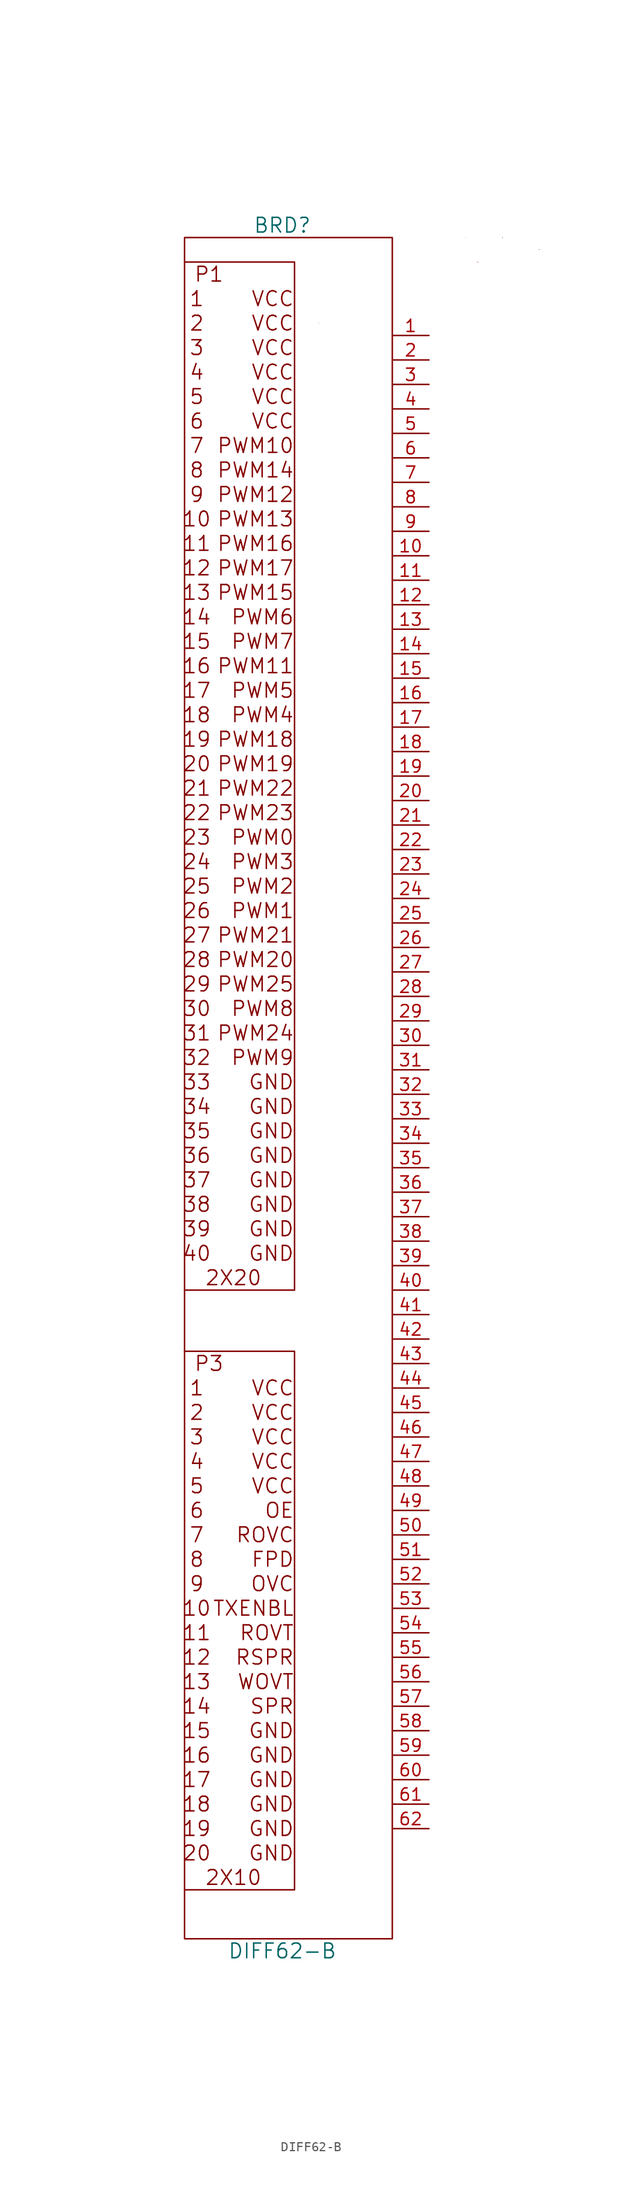
<source format=kicad_sym>
(kicad_symbol_lib
  (version 20220914)
  (generator kicad_symbol_editor)
  (symbol "DIFF62-B"
    (pin_names
      (offset 1.016))
    (property "Reference" "BRD"
      (at -3.81 83.82 0)
      (effects (font (size 1.524 1.524))))
    (property "Value" "DIFF62-B"
      (at -3.81 -95.25 0)
      (effects (font (size 1.524 1.524))))
    (property "Footprint" ""
      (at -24.13 69.85 0)
      (effects (font (size 1.524 1.524))))
    (property "Datasheet" ""
      (at -24.13 69.85 0)
      (effects (font (size 1.524 1.524))))
    (symbol "DIFF62-B_0_0"
      (polyline (pts (xy -13.97 -33.02) (xy -2.54 -33.02) (xy -2.54 -85.09) (xy -2.54 -88.9) (xy -13.97 -88.9)) (stroke (width 0) (type default)) (fill (type none)))
      (text "+V" (at 15.24 82.55 0) (effects (font (size 0 0))))
      (text "1" (at -12.7 -36.83 0) (effects (font (size 1.524 1.524))))
      (text "1" (at -12.7 76.2 0) (effects (font (size 1.524 1.524))))
      (text "10" (at -12.7 -59.69 0) (effects (font (size 1.524 1.524))))
      (text "10" (at -12.7 53.34 0) (effects (font (size 1.524 1.524))))
      (text "11" (at -12.7 -62.23 0) (effects (font (size 1.524 1.524))))
      (text "11" (at -12.7 50.8 0) (effects (font (size 1.524 1.524))))
      (text "12" (at -12.7 -64.77 0) (effects (font (size 1.524 1.524))))
      (text "12" (at -12.7 48.26 0) (effects (font (size 1.524 1.524))))
      (text "13" (at -12.7 -67.31 0) (effects (font (size 1.524 1.524))))
      (text "13" (at -12.7 45.72 0) (effects (font (size 1.524 1.524))))
      (text "14" (at -12.7 -69.85 0) (effects (font (size 1.524 1.524))))
      (text "14" (at -12.7 43.18 0) (effects (font (size 1.524 1.524))))
      (text "15" (at -12.7 -72.39 0) (effects (font (size 1.524 1.524))))
      (text "15" (at -12.7 40.64 0) (effects (font (size 1.524 1.524))))
      (text "16" (at -12.7 -74.93 0) (effects (font (size 1.524 1.524))))
      (text "16" (at -12.7 38.1 0) (effects (font (size 1.524 1.524))))
      (text "17" (at -12.7 -77.47 0) (effects (font (size 1.524 1.524))))
      (text "17" (at -12.7 35.56 0) (effects (font (size 1.524 1.524))))
      (text "18" (at -12.7 -80.01 0) (effects (font (size 1.524 1.524))))
      (text "18" (at -12.7 33.02 0) (effects (font (size 1.524 1.524))))
      (text "19" (at -12.7 -82.55 0) (effects (font (size 1.524 1.524))))
      (text "19" (at -12.7 30.48 0) (effects (font (size 1.524 1.524))))
      (text "2" (at -12.7 -39.37 0) (effects (font (size 1.524 1.524))))
      (text "2" (at -12.7 73.66 0) (effects (font (size 1.524 1.524))))
      (text "20" (at -12.7 -85.09 0) (effects (font (size 1.524 1.524))))
      (text "20" (at -12.7 27.94 0) (effects (font (size 1.524 1.524))))
      (text "21" (at -12.7 25.4 0) (effects (font (size 1.524 1.524))))
      (text "22" (at -12.7 22.86 0) (effects (font (size 1.524 1.524))))
      (text "23" (at -12.7 20.32 0) (effects (font (size 1.524 1.524))))
      (text "24" (at -12.7 17.78 0) (effects (font (size 1.524 1.524))))
      (text "25" (at -12.7 15.24 0) (effects (font (size 1.524 1.524))))
      (text "26" (at -12.7 12.7 0) (effects (font (size 1.524 1.524))))
      (text "27" (at -12.7 10.16 0) (effects (font (size 1.524 1.524))))
      (text "28" (at -12.7 7.62 0) (effects (font (size 1.524 1.524))))
      (text "29" (at -12.7 5.08 0) (effects (font (size 1.524 1.524))))
      (text "2X10" (at -8.89 -87.63 0) (effects (font (size 1.524 1.524))))
      (text "2X20" (at -8.89 -25.4 0) (effects (font (size 1.524 1.524))))
      (text "3" (at -12.7 -41.91 0) (effects (font (size 1.524 1.524))))
      (text "3" (at -12.7 71.12 0) (effects (font (size 1.524 1.524))))
      (text "30" (at -12.7 2.54 0) (effects (font (size 1.524 1.524))))
      (text "31" (at -12.7 0 0) (effects (font (size 1.524 1.524))))
      (text "32" (at -12.7 -2.54 0) (effects (font (size 1.524 1.524))))
      (text "33" (at -12.7 -5.08 0) (effects (font (size 1.524 1.524))))
      (text "34" (at -12.7 -7.62 0) (effects (font (size 1.524 1.524))))
      (text "35" (at -12.7 -10.16 0) (effects (font (size 1.524 1.524))))
      (text "36" (at -12.7 -12.7 0) (effects (font (size 1.524 1.524))))
      (text "37" (at -12.7 -15.24 0) (effects (font (size 1.524 1.524))))
      (text "38" (at -12.7 -17.78 0) (effects (font (size 1.524 1.524))))
      (text "39" (at -12.7 -20.32 0) (effects (font (size 1.524 1.524))))
      (text "4" (at -12.7 -44.45 0) (effects (font (size 1.524 1.524))))
      (text "4" (at -12.7 68.58 0) (effects (font (size 1.524 1.524))))
      (text "40" (at -12.7 -22.86 0) (effects (font (size 1.524 1.524))))
      (text "5" (at -12.7 -46.99 0) (effects (font (size 1.524 1.524))))
      (text "5" (at -12.7 66.04 0) (effects (font (size 1.524 1.524))))
      (text "6" (at -12.7 -49.53 0) (effects (font (size 1.524 1.524))))
      (text "6" (at -12.7 63.5 0) (effects (font (size 1.524 1.524))))
      (text "7" (at -12.7 -52.07 0) (effects (font (size 1.524 1.524))))
      (text "7" (at -12.7 60.96 0) (effects (font (size 1.524 1.524))))
      (text "8" (at -12.7 -54.61 0) (effects (font (size 1.524 1.524))))
      (text "8" (at -12.7 58.42 0) (effects (font (size 1.524 1.524))))
      (text "9" (at -12.7 -57.15 0) (effects (font (size 1.524 1.524))))
      (text "9" (at -12.7 55.88 0) (effects (font (size 1.524 1.524))))
      (text "[null]" (at -6.35 -85.09 0) (effects (font (size 0 0)) (justify right)))
      (text "[null]" (at -6.35 -82.55 0) (effects (font (size 0 0)) (justify right)))
      (text "[null]" (at -6.35 -80.01 0) (effects (font (size 0 0)) (justify right)))
      (text "[null]" (at -6.35 -77.47 0) (effects (font (size 0 0)) (justify right)))
      (text "[null]" (at -6.35 -74.93 0) (effects (font (size 0 0)) (justify right)))
      (text "[null]" (at -6.35 -72.39 0) (effects (font (size 0 0)) (justify right)))
      (text "[null]" (at -6.35 -36.83 0) (effects (font (size 0 0)) (justify right)))
      (text "[null]" (at -6.35 -22.86 0) (effects (font (size 0 0)) (justify right)))
      (text "[null]" (at -6.35 -20.32 0) (effects (font (size 0 0)) (justify right)))
      (text "[null]" (at -6.35 -17.78 0) (effects (font (size 0 0)) (justify right)))
      (text "[null]" (at -6.35 -15.24 0) (effects (font (size 0 0)) (justify right)))
      (text "[null]" (at -6.35 -12.7 0) (effects (font (size 0 0)) (justify right)))
      (text "[null]" (at -6.35 -10.16 0) (effects (font (size 0 0)) (justify right)))
      (text "[null]" (at -6.35 -7.62 0) (effects (font (size 0 0)) (justify right)))
      (text "[null]" (at -6.35 -5.08 0) (effects (font (size 0 0)) (justify right)))
      (text "[null]" (at -6.35 76.2 0) (effects (font (size 0 0)) (justify right)))
      (text "DDD" (at 22.86 81.28 0) (effects (font (size 0 0))))
      (text "FF" (at -2.54 -39.37 0) (effects (font (size 0 0))))
      (text "FF" (at 0 73.66 0) (effects (font (size 0 0))))
      (text "FPD" (at -2.54 -54.61 0) (effects (font (size 1.524 1.524)) (justify right)))
      (text "GND" (at -2.54 -85.09 0) (effects (font (size 1.524 1.524)) (justify right)))
      (text "GND" (at -2.54 -82.55 0) (effects (font (size 1.524 1.524)) (justify right)))
      (text "GND" (at -2.54 -80.01 0) (effects (font (size 1.524 1.524)) (justify right)))
      (text "GND" (at -2.54 -77.47 0) (effects (font (size 1.524 1.524)) (justify right)))
      (text "GND" (at -2.54 -74.93 0) (effects (font (size 1.524 1.524)) (justify right)))
      (text "GND" (at -2.54 -72.39 0) (effects (font (size 1.524 1.524)) (justify right)))
      (text "GND" (at -2.54 -22.86 0) (effects (font (size 1.524 1.524)) (justify right)))
      (text "GND" (at -2.54 -20.32 0) (effects (font (size 1.524 1.524)) (justify right)))
      (text "GND" (at -2.54 -17.78 0) (effects (font (size 1.524 1.524)) (justify right)))
      (text "GND" (at -2.54 -15.24 0) (effects (font (size 1.524 1.524)) (justify right)))
      (text "GND" (at -2.54 -12.7 0) (effects (font (size 1.524 1.524)) (justify right)))
      (text "GND" (at -2.54 -10.16 0) (effects (font (size 1.524 1.524)) (justify right)))
      (text "GND" (at -2.54 -7.62 0) (effects (font (size 1.524 1.524)) (justify right)))
      (text "GND" (at -2.54 -5.08 0) (effects (font (size 1.524 1.524)) (justify right)))
      (text "OE" (at -2.54 -49.53 0) (effects (font (size 1.524 1.524)) (justify right)))
      (text "OVC" (at -2.54 -57.15 0) (effects (font (size 1.524 1.524)) (justify right)))
      (text "P1" (at -11.43 78.74 0) (effects (font (size 1.524 1.524))))
      (text "P3" (at -11.43 -34.29 0) (effects (font (size 1.524 1.524))))
      (text "PWM0" (at -2.54 20.32 0) (effects (font (size 1.524 1.524)) (justify right)))
      (text "PWM1" (at -2.54 12.7 0) (effects (font (size 1.524 1.524)) (justify right)))
      (text "PWM10" (at -2.54 60.96 0) (effects (font (size 1.524 1.524)) (justify right)))
      (text "PWM11" (at -2.54 38.1 0) (effects (font (size 1.524 1.524)) (justify right)))
      (text "PWM12" (at -2.54 55.88 0) (effects (font (size 1.524 1.524)) (justify right)))
      (text "PWM13" (at -2.54 53.34 0) (effects (font (size 1.524 1.524)) (justify right)))
      (text "PWM14" (at -2.54 58.42 0) (effects (font (size 1.524 1.524)) (justify right)))
      (text "PWM15" (at -2.54 45.72 0) (effects (font (size 1.524 1.524)) (justify right)))
      (text "PWM16" (at -2.54 50.8 0) (effects (font (size 1.524 1.524)) (justify right)))
      (text "PWM17" (at -2.54 48.26 0) (effects (font (size 1.524 1.524)) (justify right)))
      (text "PWM18" (at -2.54 30.48 0) (effects (font (size 1.524 1.524)) (justify right)))
      (text "PWM19" (at -2.54 27.94 0) (effects (font (size 1.524 1.524)) (justify right)))
      (text "PWM2" (at -2.54 15.24 0) (effects (font (size 1.524 1.524)) (justify right)))
      (text "PWM20" (at -2.54 7.62 0) (effects (font (size 1.524 1.524)) (justify right)))
      (text "PWM21" (at -2.54 10.16 0) (effects (font (size 1.524 1.524)) (justify right)))
      (text "PWM22" (at -2.54 25.4 0) (effects (font (size 1.524 1.524)) (justify right)))
      (text "PWM23" (at -2.54 22.86 0) (effects (font (size 1.524 1.524)) (justify right)))
      (text "PWM24" (at -2.54 0 0) (effects (font (size 1.524 1.524)) (justify right)))
      (text "PWM25" (at -2.54 5.08 0) (effects (font (size 1.524 1.524)) (justify right)))
      (text "PWM3" (at -2.54 17.78 0) (effects (font (size 1.524 1.524)) (justify right)))
      (text "PWM4" (at -2.54 33.02 0) (effects (font (size 1.524 1.524)) (justify right)))
      (text "PWM5" (at -2.54 35.56 0) (effects (font (size 1.524 1.524)) (justify right)))
      (text "PWM6" (at -2.54 43.18 0) (effects (font (size 1.524 1.524)) (justify right)))
      (text "PWM7" (at -2.54 40.64 0) (effects (font (size 1.524 1.524)) (justify right)))
      (text "PWM8" (at -2.54 2.54 0) (effects (font (size 1.524 1.524)) (justify right)))
      (text "PWM9" (at -2.54 -2.54 0) (effects (font (size 1.524 1.524)) (justify right)))
      (text "ROVC" (at -2.54 -52.07 0) (effects (font (size 1.524 1.524)) (justify right)))
      (text "ROVT" (at -2.54 -62.23 0) (effects (font (size 1.524 1.524)) (justify right)))
      (text "RSPR" (at -2.54 -64.77 0) (effects (font (size 1.524 1.524)) (justify right)))
      (text "SPR" (at -2.54 -69.85 0) (effects (font (size 1.524 1.524)) (justify right)))
      (text "TXENBL" (at -2.54 -59.69 0) (effects (font (size 1.524 1.524)) (justify right)))
      (text "VCC" (at -6.35 -85.09 0) (effects (font (size 0 0))))
      (text "VCC" (at -6.35 -85.09 0) (effects (font (size 0 0))))
      (text "VCC" (at -6.35 -82.55 0) (effects (font (size 0 0))))
      (text "VCC" (at -6.35 -82.55 0) (effects (font (size 0 0))))
      (text "VCC" (at -6.35 -80.01 0) (effects (font (size 0 0))))
      (text "VCC" (at -6.35 -80.01 0) (effects (font (size 0 0))))
      (text "VCC" (at -6.35 -77.47 0) (effects (font (size 0 0))))
      (text "VCC" (at -6.35 -77.47 0) (effects (font (size 0 0))))
      (text "VCC" (at -6.35 -74.93 0) (effects (font (size 0 0))))
      (text "VCC" (at -6.35 -74.93 0) (effects (font (size 0 0))))
      (text "VCC" (at -6.35 -72.39 0) (effects (font (size 0 0))))
      (text "VCC" (at -6.35 -72.39 0) (effects (font (size 0 0))))
      (text "VCC" (at -6.35 -36.83 0) (effects (font (size 0 0))))
      (text "VCC" (at -6.35 -36.83 0) (effects (font (size 0 0))))
      (text "VCC" (at -6.35 -22.86 0) (effects (font (size 0 0))))
      (text "VCC" (at -6.35 -22.86 0) (effects (font (size 0 0))))
      (text "VCC" (at -6.35 -20.32 0) (effects (font (size 0 0))))
      (text "VCC" (at -6.35 -20.32 0) (effects (font (size 0 0))))
      (text "VCC" (at -6.35 -17.78 0) (effects (font (size 0 0))))
      (text "VCC" (at -6.35 -17.78 0) (effects (font (size 0 0))))
      (text "VCC" (at -6.35 -15.24 0) (effects (font (size 0 0))))
      (text "VCC" (at -6.35 -15.24 0) (effects (font (size 0 0))))
      (text "VCC" (at -6.35 -12.7 0) (effects (font (size 0 0))))
      (text "VCC" (at -6.35 -12.7 0) (effects (font (size 0 0))))
      (text "VCC" (at -6.35 -10.16 0) (effects (font (size 0 0))))
      (text "VCC" (at -6.35 -10.16 0) (effects (font (size 0 0))))
      (text "VCC" (at -6.35 -7.62 0) (effects (font (size 0 0))))
      (text "VCC" (at -6.35 -7.62 0) (effects (font (size 0 0))))
      (text "VCC" (at -6.35 -5.08 0) (effects (font (size 0 0))))
      (text "VCC" (at -6.35 -5.08 0) (effects (font (size 0 0))))
      (text "VCC" (at -6.35 76.2 0) (effects (font (size 0 0))))
      (text "VCC" (at -6.35 76.2 0) (effects (font (size 0 0))))
      (text "VCC" (at -2.54 -46.99 0) (effects (font (size 1.524 1.524)) (justify right)))
      (text "VCC" (at -2.54 -44.45 0) (effects (font (size 1.524 1.524)) (justify right)))
      (text "VCC" (at -2.54 -41.91 0) (effects (font (size 1.524 1.524)) (justify right)))
      (text "VCC" (at -2.54 -39.37 0) (effects (font (size 1.524 1.524)) (justify right)))
      (text "VCC" (at -2.54 -36.83 0) (effects (font (size 1.524 1.524)) (justify right)))
      (text "VCC" (at -2.54 63.5 0) (effects (font (size 1.524 1.524)) (justify right)))
      (text "VCC" (at -2.54 66.04 0) (effects (font (size 1.524 1.524)) (justify right)))
      (text "VCC" (at -2.54 68.58 0) (effects (font (size 1.524 1.524)) (justify right)))
      (text "VCC" (at -2.54 71.12 0) (effects (font (size 1.524 1.524)) (justify right)))
      (text "VCC" (at -2.54 73.66 0) (effects (font (size 1.524 1.524)) (justify right)))
      (text "VCC" (at -2.54 76.2 0) (effects (font (size 1.524 1.524)) (justify right)))
      (text "VCC" (at 16.51 80.01 0) (effects (font (size 0 0))))
      (text "VCC" (at 19.05 82.55 0) (effects (font (size 0 0))))
      (text "WOVT" (at -2.54 -67.31 0) (effects (font (size 1.524 1.524)) (justify right))))
    (symbol "DIFF62-B_0_1"
      (polyline (pts (xy -13.97 80.01) (xy -2.54 80.01) (xy -2.54 -26.67) (xy -13.97 -26.67)) (stroke (width 0) (type default)) (fill (type none))))
    (symbol "DIFF62-B_1_1"
      (rectangle (start -13.97 82.55) (end 7.62 -93.98) (stroke (width 0) (type default)) (fill (type none)))
      (pin passive line (at 11.43 72.39 180) (length 3.81) (name "~" (effects (font (size 1.27 1.27)))) (number "1" (effects (font (size 1.27 1.27)))))
      (pin passive line (at 11.43 49.53 180) (length 3.81) (name "~" (effects (font (size 1.27 1.27)))) (number "10" (effects (font (size 1.27 1.27)))))
      (pin passive line (at 11.43 46.99 180) (length 3.81) (name "~" (effects (font (size 1.27 1.27)))) (number "11" (effects (font (size 1.27 1.27)))))
      (pin passive line (at 11.43 44.45 180) (length 3.81) (name "~" (effects (font (size 1.27 1.27)))) (number "12" (effects (font (size 1.27 1.27)))))
      (pin passive line (at 11.43 41.91 180) (length 3.81) (name "~" (effects (font (size 1.27 1.27)))) (number "13" (effects (font (size 1.27 1.27)))))
      (pin passive line (at 11.43 39.37 180) (length 3.81) (name "~" (effects (font (size 1.27 1.27)))) (number "14" (effects (font (size 1.27 1.27)))))
      (pin passive line (at 11.43 36.83 180) (length 3.81) (name "~" (effects (font (size 1.27 1.27)))) (number "15" (effects (font (size 1.27 1.27)))))
      (pin passive line (at 11.43 34.29 180) (length 3.81) (name "~" (effects (font (size 1.27 1.27)))) (number "16" (effects (font (size 1.27 1.27)))))
      (pin passive line (at 11.43 31.75 180) (length 3.81) (name "~" (effects (font (size 1.27 1.27)))) (number "17" (effects (font (size 1.27 1.27)))))
      (pin passive line (at 11.43 29.21 180) (length 3.81) (name "~" (effects (font (size 1.27 1.27)))) (number "18" (effects (font (size 1.27 1.27)))))
      (pin passive line (at 11.43 26.67 180) (length 3.81) (name "~" (effects (font (size 1.27 1.27)))) (number "19" (effects (font (size 1.27 1.27)))))
      (pin passive line (at 11.43 69.85 180) (length 3.81) (name "~" (effects (font (size 1.27 1.27)))) (number "2" (effects (font (size 1.27 1.27)))))
      (pin passive line (at 11.43 24.13 180) (length 3.81) (name "~" (effects (font (size 1.27 1.27)))) (number "20" (effects (font (size 1.27 1.27)))))
      (pin passive line (at 11.43 21.59 180) (length 3.81) (name "~" (effects (font (size 1.27 1.27)))) (number "21" (effects (font (size 1.27 1.27)))))
      (pin passive line (at 11.43 19.05 180) (length 3.81) (name "~" (effects (font (size 1.27 1.27)))) (number "22" (effects (font (size 1.27 1.27)))))
      (pin passive line (at 11.43 16.51 180) (length 3.81) (name "~" (effects (font (size 1.27 1.27)))) (number "23" (effects (font (size 1.27 1.27)))))
      (pin passive line (at 11.43 13.97 180) (length 3.81) (name "~" (effects (font (size 1.27 1.27)))) (number "24" (effects (font (size 1.27 1.27)))))
      (pin passive line (at 11.43 11.43 180) (length 3.81) (name "~" (effects (font (size 1.27 1.27)))) (number "25" (effects (font (size 1.27 1.27)))))
      (pin passive line (at 11.43 8.89 180) (length 3.81) (name "~" (effects (font (size 1.27 1.27)))) (number "26" (effects (font (size 1.27 1.27)))))
      (pin passive line (at 11.43 6.35 180) (length 3.81) (name "~" (effects (font (size 1.27 1.27)))) (number "27" (effects (font (size 1.27 1.27)))))
      (pin passive line (at 11.43 3.81 180) (length 3.81) (name "~" (effects (font (size 1.27 1.27)))) (number "28" (effects (font (size 1.27 1.27)))))
      (pin passive line (at 11.43 1.27 180) (length 3.81) (name "~" (effects (font (size 1.27 1.27)))) (number "29" (effects (font (size 1.27 1.27)))))
      (pin passive line (at 11.43 67.31 180) (length 3.81) (name "~" (effects (font (size 1.27 1.27)))) (number "3" (effects (font (size 1.27 1.27)))))
      (pin passive line (at 11.43 -1.27 180) (length 3.81) (name "~" (effects (font (size 1.27 1.27)))) (number "30" (effects (font (size 1.27 1.27)))))
      (pin passive line (at 11.43 -3.81 180) (length 3.81) (name "~" (effects (font (size 1.27 1.27)))) (number "31" (effects (font (size 1.27 1.27)))))
      (pin passive line (at 11.43 -6.35 180) (length 3.81) (name "~" (effects (font (size 1.27 1.27)))) (number "32" (effects (font (size 1.27 1.27)))))
      (pin passive line (at 11.43 -8.89 180) (length 3.81) (name "~" (effects (font (size 1.27 1.27)))) (number "33" (effects (font (size 1.27 1.27)))))
      (pin passive line (at 11.43 -11.43 180) (length 3.81) (name "~" (effects (font (size 1.27 1.27)))) (number "34" (effects (font (size 1.27 1.27)))))
      (pin passive line (at 11.43 -13.97 180) (length 3.81) (name "~" (effects (font (size 1.27 1.27)))) (number "35" (effects (font (size 1.27 1.27)))))
      (pin passive line (at 11.43 -16.51 180) (length 3.81) (name "~" (effects (font (size 1.27 1.27)))) (number "36" (effects (font (size 1.27 1.27)))))
      (pin passive line (at 11.43 -19.05 180) (length 3.81) (name "~" (effects (font (size 1.27 1.27)))) (number "37" (effects (font (size 1.27 1.27)))))
      (pin passive line (at 11.43 -21.59 180) (length 3.81) (name "~" (effects (font (size 1.27 1.27)))) (number "38" (effects (font (size 1.27 1.27)))))
      (pin passive line (at 11.43 -24.13 180) (length 3.81) (name "~" (effects (font (size 1.27 1.27)))) (number "39" (effects (font (size 1.27 1.27)))))
      (pin passive line (at 11.43 64.77 180) (length 3.81) (name "~" (effects (font (size 1.27 1.27)))) (number "4" (effects (font (size 1.27 1.27)))))
      (pin passive line (at 11.43 -26.67 180) (length 3.81) (name "~" (effects (font (size 1.27 1.27)))) (number "40" (effects (font (size 1.27 1.27)))))
      (pin passive line (at 11.43 -29.21 180) (length 3.81) (name "~" (effects (font (size 1.27 1.27)))) (number "41" (effects (font (size 1.27 1.27)))))
      (pin passive line (at 11.43 -31.75 180) (length 3.81) (name "~" (effects (font (size 1.27 1.27)))) (number "42" (effects (font (size 1.27 1.27)))))
      (pin passive line (at 11.43 -34.29 180) (length 3.81) (name "~" (effects (font (size 1.27 1.27)))) (number "43" (effects (font (size 1.27 1.27)))))
      (pin passive line (at 11.43 -36.83 180) (length 3.81) (name "~" (effects (font (size 1.27 1.27)))) (number "44" (effects (font (size 1.27 1.27)))))
      (pin passive line (at 11.43 -39.37 180) (length 3.81) (name "~" (effects (font (size 1.27 1.27)))) (number "45" (effects (font (size 1.27 1.27)))))
      (pin passive line (at 11.43 -41.91 180) (length 3.81) (name "~" (effects (font (size 1.27 1.27)))) (number "46" (effects (font (size 1.27 1.27)))))
      (pin passive line (at 11.43 -44.45 180) (length 3.81) (name "~" (effects (font (size 1.27 1.27)))) (number "47" (effects (font (size 1.27 1.27)))))
      (pin passive line (at 11.43 -46.99 180) (length 3.81) (name "~" (effects (font (size 1.27 1.27)))) (number "48" (effects (font (size 1.27 1.27)))))
      (pin passive line (at 11.43 -49.53 180) (length 3.81) (name "~" (effects (font (size 1.27 1.27)))) (number "49" (effects (font (size 1.27 1.27)))))
      (pin passive line (at 11.43 62.23 180) (length 3.81) (name "~" (effects (font (size 1.27 1.27)))) (number "5" (effects (font (size 1.27 1.27)))))
      (pin passive line (at 11.43 -52.07 180) (length 3.81) (name "~" (effects (font (size 1.27 1.27)))) (number "50" (effects (font (size 1.27 1.27)))))
      (pin passive line (at 11.43 -54.61 180) (length 3.81) (name "~" (effects (font (size 1.27 1.27)))) (number "51" (effects (font (size 1.27 1.27)))))
      (pin passive line (at 11.43 -57.15 180) (length 3.81) (name "~" (effects (font (size 1.27 1.27)))) (number "52" (effects (font (size 1.27 1.27)))))
      (pin passive line (at 11.43 -59.69 180) (length 3.81) (name "~" (effects (font (size 1.27 1.27)))) (number "53" (effects (font (size 1.27 1.27)))))
      (pin passive line (at 11.43 -62.23 180) (length 3.81) (name "~" (effects (font (size 1.27 1.27)))) (number "54" (effects (font (size 1.27 1.27)))))
      (pin passive line (at 11.43 -64.77 180) (length 3.81) (name "~" (effects (font (size 1.27 1.27)))) (number "55" (effects (font (size 1.27 1.27)))))
      (pin passive line (at 11.43 -67.31 180) (length 3.81) (name "~" (effects (font (size 1.27 1.27)))) (number "56" (effects (font (size 1.27 1.27)))))
      (pin passive line (at 11.43 -69.85 180) (length 3.81) (name "~" (effects (font (size 1.27 1.27)))) (number "57" (effects (font (size 1.27 1.27)))))
      (pin passive line (at 11.43 -72.39 180) (length 3.81) (name "~" (effects (font (size 1.27 1.27)))) (number "58" (effects (font (size 1.27 1.27)))))
      (pin passive line (at 11.43 -74.93 180) (length 3.81) (name "~" (effects (font (size 1.27 1.27)))) (number "59" (effects (font (size 1.27 1.27)))))
      (pin passive line (at 11.43 59.69 180) (length 3.81) (name "~" (effects (font (size 1.27 1.27)))) (number "6" (effects (font (size 1.27 1.27)))))
      (pin passive line (at 11.43 -77.47 180) (length 3.81) (name "~" (effects (font (size 1.27 1.27)))) (number "60" (effects (font (size 1.27 1.27)))))
      (pin passive line (at 11.43 -80.01 180) (length 3.81) (name "~" (effects (font (size 1.27 1.27)))) (number "61" (effects (font (size 1.27 1.27)))))
      (pin passive line (at 11.43 -82.55 180) (length 3.81) (name "~" (effects (font (size 1.27 1.27)))) (number "62" (effects (font (size 1.27 1.27)))))
      (pin passive line (at 11.43 57.15 180) (length 3.81) (name "~" (effects (font (size 1.27 1.27)))) (number "7" (effects (font (size 1.27 1.27)))))
      (pin passive line (at 11.43 54.61 180) (length 3.81) (name "~" (effects (font (size 1.27 1.27)))) (number "8" (effects (font (size 1.27 1.27)))))
      (pin passive line (at 11.43 52.07 180) (length 3.81) (name "~" (effects (font (size 1.27 1.27)))) (number "9" (effects (font (size 1.27 1.27))))))))
</source>
